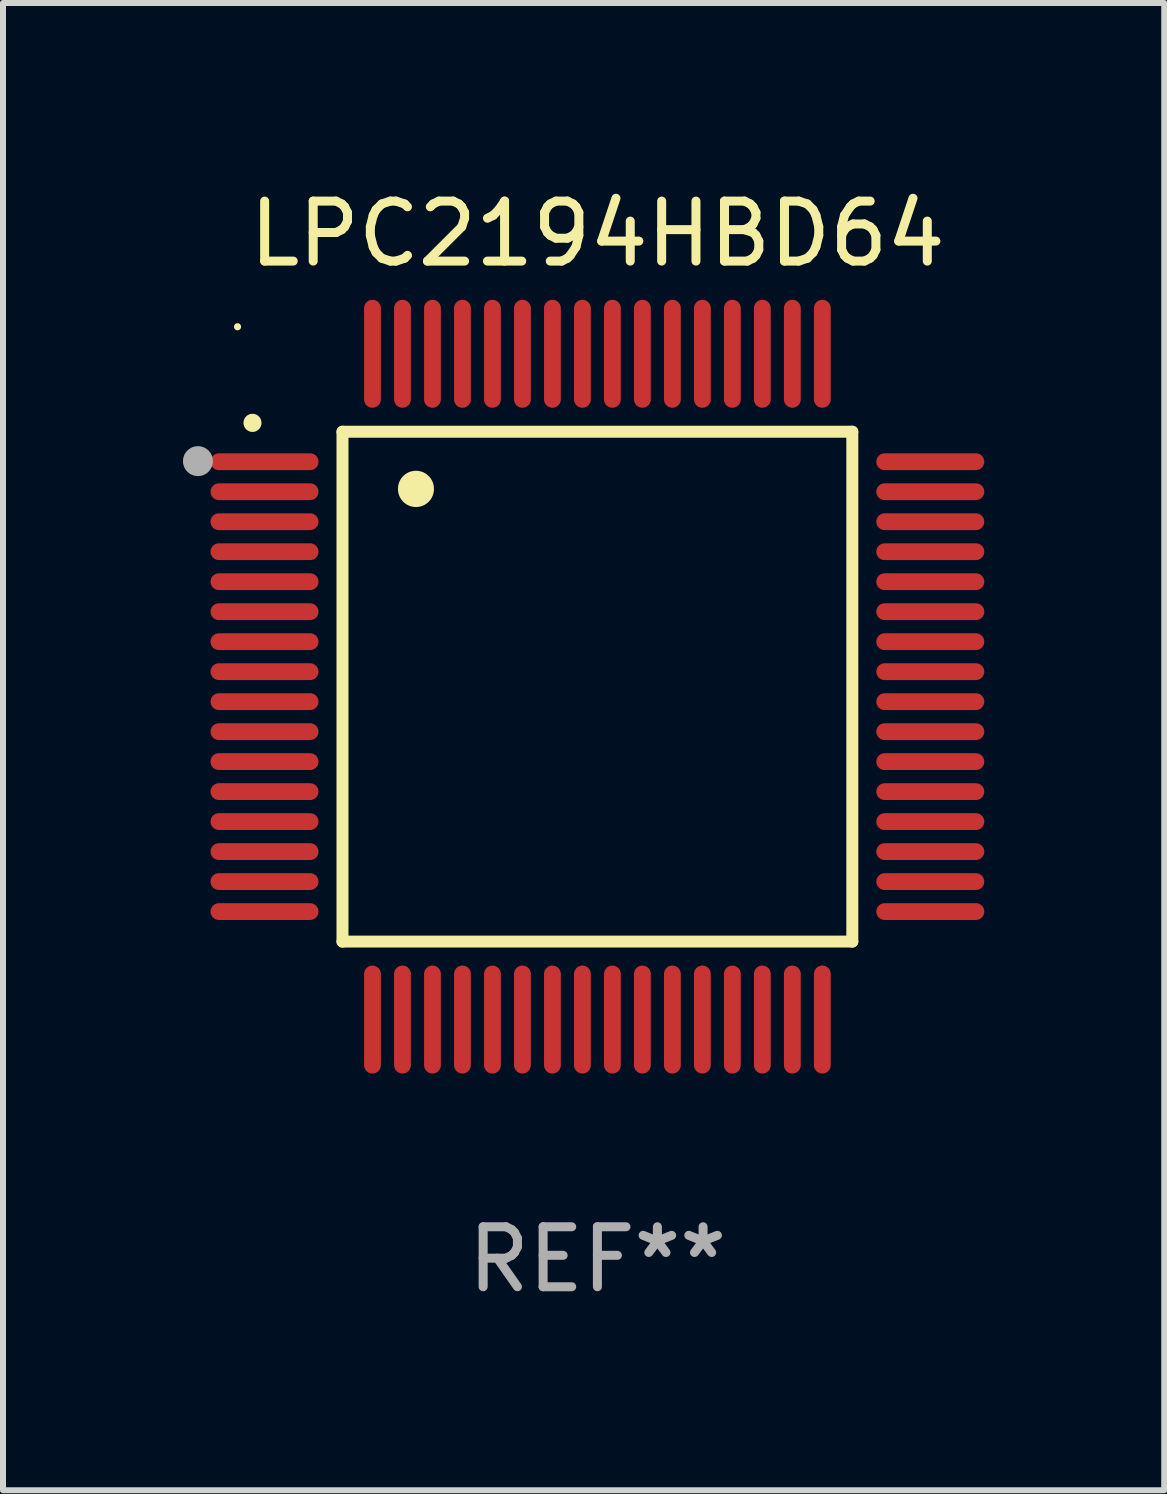
<source format=kicad_pcb>
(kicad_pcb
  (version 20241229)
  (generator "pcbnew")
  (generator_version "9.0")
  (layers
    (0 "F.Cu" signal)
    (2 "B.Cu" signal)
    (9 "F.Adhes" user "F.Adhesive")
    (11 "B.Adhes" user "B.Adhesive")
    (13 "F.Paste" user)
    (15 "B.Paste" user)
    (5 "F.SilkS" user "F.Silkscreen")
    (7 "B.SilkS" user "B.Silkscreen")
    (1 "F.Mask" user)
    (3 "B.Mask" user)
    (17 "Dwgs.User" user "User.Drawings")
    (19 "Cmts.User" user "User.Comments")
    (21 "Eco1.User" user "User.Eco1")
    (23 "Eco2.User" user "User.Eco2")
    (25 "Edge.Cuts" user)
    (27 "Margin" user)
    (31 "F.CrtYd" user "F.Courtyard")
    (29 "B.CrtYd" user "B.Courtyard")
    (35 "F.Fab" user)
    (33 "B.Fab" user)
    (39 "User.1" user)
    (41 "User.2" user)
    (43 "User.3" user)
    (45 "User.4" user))
  (footprint "LPC2194HBD64"
    (layer "F.Cu")
    (at 6.91 8.398)
    (property "Reference" "LPC2194HBD64" (at 0 -7.55 0) (layer "F.SilkS") (effects (font (size 1 1) (thickness 0.15))))
    (attr through_hole)
    (fp_line (start -4.25 -4.25) (end -4.25 4.25) (stroke (width 0.2) (type solid)) (layer "F.SilkS"))
    (fp_line (start -4.25 4.25) (end 4.25 4.25) (stroke (width 0.2) (type solid)) (layer "F.SilkS"))
    (fp_line (start 4.25 -4.25) (end -4.25 -4.25) (stroke (width 0.2) (type solid)) (layer "F.SilkS"))
    (fp_line (start 4.25 4.25) (end 4.25 -4.25) (stroke (width 0.2) (type solid)) (layer "F.SilkS"))
    (fp_arc (start -5.750572 -4.396749) (mid -5.750577 -4.398019) (end -5.750572 -4.399289) (stroke (width 0.3) (type solid)) (layer "F.SilkS"))
    (fp_arc (start -3.025146 -3.294387) (mid -3.025157 -3.296927) (end -3.025146 -3.299467) (stroke (width 0.6) (type solid)) (layer "F.SilkS"))
    (fp_circle (center -6 -6) (end -5.97 -6) (stroke (width 0.06) (type solid)) (fill no) (layer "F.SilkS"))
    (fp_circle (center -6.66 -3.76) (end -6.535 -3.76) (stroke (width 0.25) (type solid)) (fill no) (layer "F.Fab"))
    (fp_text user "REF**" (at 0 9.55 0) (layer "F.Fab") (effects (font (size 1 1) (thickness 0.15))))
    (pad "1" smd oval (at -5.55 -3.75) (size 1.8 0.28) (layers "F.Cu" "F.Mask" "F.Paste"))
    (pad "2" smd oval (at -5.55 -3.25) (size 1.8 0.28) (layers "F.Cu" "F.Mask" "F.Paste"))
    (pad "3" smd oval (at -5.55 -2.75) (size 1.8 0.28) (layers "F.Cu" "F.Mask" "F.Paste"))
    (pad "4" smd oval (at -5.55 -2.25) (size 1.8 0.28) (layers "F.Cu" "F.Mask" "F.Paste"))
    (pad "5" smd oval (at -5.55 -1.75) (size 1.8 0.28) (layers "F.Cu" "F.Mask" "F.Paste"))
    (pad "6" smd oval (at -5.55 -1.25) (size 1.8 0.28) (layers "F.Cu" "F.Mask" "F.Paste"))
    (pad "7" smd oval (at -5.55 -0.75) (size 1.8 0.28) (layers "F.Cu" "F.Mask" "F.Paste"))
    (pad "8" smd oval (at -5.55 -0.25) (size 1.8 0.28) (layers "F.Cu" "F.Mask" "F.Paste"))
    (pad "9" smd oval (at -5.55 0.25) (size 1.8 0.28) (layers "F.Cu" "F.Mask" "F.Paste"))
    (pad "10" smd oval (at -5.55 0.75) (size 1.8 0.28) (layers "F.Cu" "F.Mask" "F.Paste"))
    (pad "11" smd oval (at -5.55 1.25) (size 1.8 0.28) (layers "F.Cu" "F.Mask" "F.Paste"))
    (pad "12" smd oval (at -5.55 1.75) (size 1.8 0.28) (layers "F.Cu" "F.Mask" "F.Paste"))
    (pad "13" smd oval (at -5.55 2.25) (size 1.8 0.28) (layers "F.Cu" "F.Mask" "F.Paste"))
    (pad "14" smd oval (at -5.55 2.75) (size 1.8 0.28) (layers "F.Cu" "F.Mask" "F.Paste"))
    (pad "15" smd oval (at -5.55 3.25) (size 1.8 0.28) (layers "F.Cu" "F.Mask" "F.Paste"))
    (pad "16" smd oval (at -5.55 3.75) (size 1.8 0.28) (layers "F.Cu" "F.Mask" "F.Paste"))
    (pad "17" smd oval (at -3.75 5.55) (size 0.28 1.8) (layers "F.Cu" "F.Mask" "F.Paste"))
    (pad "18" smd oval (at -3.25 5.55) (size 0.28 1.8) (layers "F.Cu" "F.Mask" "F.Paste"))
    (pad "19" smd oval (at -2.75 5.55) (size 0.28 1.8) (layers "F.Cu" "F.Mask" "F.Paste"))
    (pad "20" smd oval (at -2.25 5.55) (size 0.28 1.8) (layers "F.Cu" "F.Mask" "F.Paste"))
    (pad "21" smd oval (at -1.75 5.55) (size 0.28 1.8) (layers "F.Cu" "F.Mask" "F.Paste"))
    (pad "22" smd oval (at -1.25 5.55) (size 0.28 1.8) (layers "F.Cu" "F.Mask" "F.Paste"))
    (pad "23" smd oval (at -0.75 5.55) (size 0.28 1.8) (layers "F.Cu" "F.Mask" "F.Paste"))
    (pad "24" smd oval (at -0.25 5.55) (size 0.28 1.8) (layers "F.Cu" "F.Mask" "F.Paste"))
    (pad "25" smd oval (at 0.25 5.55) (size 0.28 1.8) (layers "F.Cu" "F.Mask" "F.Paste"))
    (pad "26" smd oval (at 0.75 5.55) (size 0.28 1.8) (layers "F.Cu" "F.Mask" "F.Paste"))
    (pad "27" smd oval (at 1.25 5.55) (size 0.28 1.8) (layers "F.Cu" "F.Mask" "F.Paste"))
    (pad "28" smd oval (at 1.75 5.55) (size 0.28 1.8) (layers "F.Cu" "F.Mask" "F.Paste"))
    (pad "29" smd oval (at 2.25 5.55) (size 0.28 1.8) (layers "F.Cu" "F.Mask" "F.Paste"))
    (pad "30" smd oval (at 2.75 5.55) (size 0.28 1.8) (layers "F.Cu" "F.Mask" "F.Paste"))
    (pad "31" smd oval (at 3.25 5.55) (size 0.28 1.8) (layers "F.Cu" "F.Mask" "F.Paste"))
    (pad "32" smd oval (at 3.75 5.55) (size 0.28 1.8) (layers "F.Cu" "F.Mask" "F.Paste"))
    (pad "33" smd oval (at 5.55 3.75) (size 1.8 0.28) (layers "F.Cu" "F.Mask" "F.Paste"))
    (pad "34" smd oval (at 5.55 3.25) (size 1.8 0.28) (layers "F.Cu" "F.Mask" "F.Paste"))
    (pad "35" smd oval (at 5.55 2.75) (size 1.8 0.28) (layers "F.Cu" "F.Mask" "F.Paste"))
    (pad "36" smd oval (at 5.55 2.25) (size 1.8 0.28) (layers "F.Cu" "F.Mask" "F.Paste"))
    (pad "37" smd oval (at 5.55 1.75) (size 1.8 0.28) (layers "F.Cu" "F.Mask" "F.Paste"))
    (pad "38" smd oval (at 5.55 1.25) (size 1.8 0.28) (layers "F.Cu" "F.Mask" "F.Paste"))
    (pad "39" smd oval (at 5.55 0.75) (size 1.8 0.28) (layers "F.Cu" "F.Mask" "F.Paste"))
    (pad "40" smd oval (at 5.55 0.25) (size 1.8 0.28) (layers "F.Cu" "F.Mask" "F.Paste"))
    (pad "41" smd oval (at 5.55 -0.25) (size 1.8 0.28) (layers "F.Cu" "F.Mask" "F.Paste"))
    (pad "42" smd oval (at 5.55 -0.75) (size 1.8 0.28) (layers "F.Cu" "F.Mask" "F.Paste"))
    (pad "43" smd oval (at 5.55 -1.25) (size 1.8 0.28) (layers "F.Cu" "F.Mask" "F.Paste"))
    (pad "44" smd oval (at 5.55 -1.75) (size 1.8 0.28) (layers "F.Cu" "F.Mask" "F.Paste"))
    (pad "45" smd oval (at 5.55 -2.25) (size 1.8 0.28) (layers "F.Cu" "F.Mask" "F.Paste"))
    (pad "46" smd oval (at 5.55 -2.75) (size 1.8 0.28) (layers "F.Cu" "F.Mask" "F.Paste"))
    (pad "47" smd oval (at 5.55 -3.25) (size 1.8 0.28) (layers "F.Cu" "F.Mask" "F.Paste"))
    (pad "48" smd oval (at 5.55 -3.75) (size 1.8 0.28) (layers "F.Cu" "F.Mask" "F.Paste"))
    (pad "49" smd oval (at 3.75 -5.55) (size 0.28 1.8) (layers "F.Cu" "F.Mask" "F.Paste"))
    (pad "50" smd oval (at 3.25 -5.55) (size 0.28 1.8) (layers "F.Cu" "F.Mask" "F.Paste"))
    (pad "51" smd oval (at 2.75 -5.55) (size 0.28 1.8) (layers "F.Cu" "F.Mask" "F.Paste"))
    (pad "52" smd oval (at 2.25 -5.55) (size 0.28 1.8) (layers "F.Cu" "F.Mask" "F.Paste"))
    (pad "53" smd oval (at 1.75 -5.55) (size 0.28 1.8) (layers "F.Cu" "F.Mask" "F.Paste"))
    (pad "54" smd oval (at 1.25 -5.55) (size 0.28 1.8) (layers "F.Cu" "F.Mask" "F.Paste"))
    (pad "55" smd oval (at 0.75 -5.55) (size 0.28 1.8) (layers "F.Cu" "F.Mask" "F.Paste"))
    (pad "56" smd oval (at 0.25 -5.55) (size 0.28 1.8) (layers "F.Cu" "F.Mask" "F.Paste"))
    (pad "57" smd oval (at -0.25 -5.55) (size 0.28 1.8) (layers "F.Cu" "F.Mask" "F.Paste"))
    (pad "58" smd oval (at -0.75 -5.55) (size 0.28 1.8) (layers "F.Cu" "F.Mask" "F.Paste"))
    (pad "59" smd oval (at -1.25 -5.55) (size 0.28 1.8) (layers "F.Cu" "F.Mask" "F.Paste"))
    (pad "60" smd oval (at -1.75 -5.55) (size 0.28 1.8) (layers "F.Cu" "F.Mask" "F.Paste"))
    (pad "61" smd oval (at -2.25 -5.55) (size 0.28 1.8) (layers "F.Cu" "F.Mask" "F.Paste"))
    (pad "62" smd oval (at -2.75 -5.55) (size 0.28 1.8) (layers "F.Cu" "F.Mask" "F.Paste"))
    (pad "63" smd oval (at -3.25 -5.55) (size 0.28 1.8) (layers "F.Cu" "F.Mask" "F.Paste"))
    (pad "64" smd oval (at -3.75 -5.55) (size 0.28 1.8) (layers "F.Cu" "F.Mask" "F.Paste")))
  (gr_rect
    (start -3 -3)
    (end 16.36 21.796)
    (stroke (width 0.1) (type default))
    (fill no)
    (layer "Edge.Cuts")))
</source>
